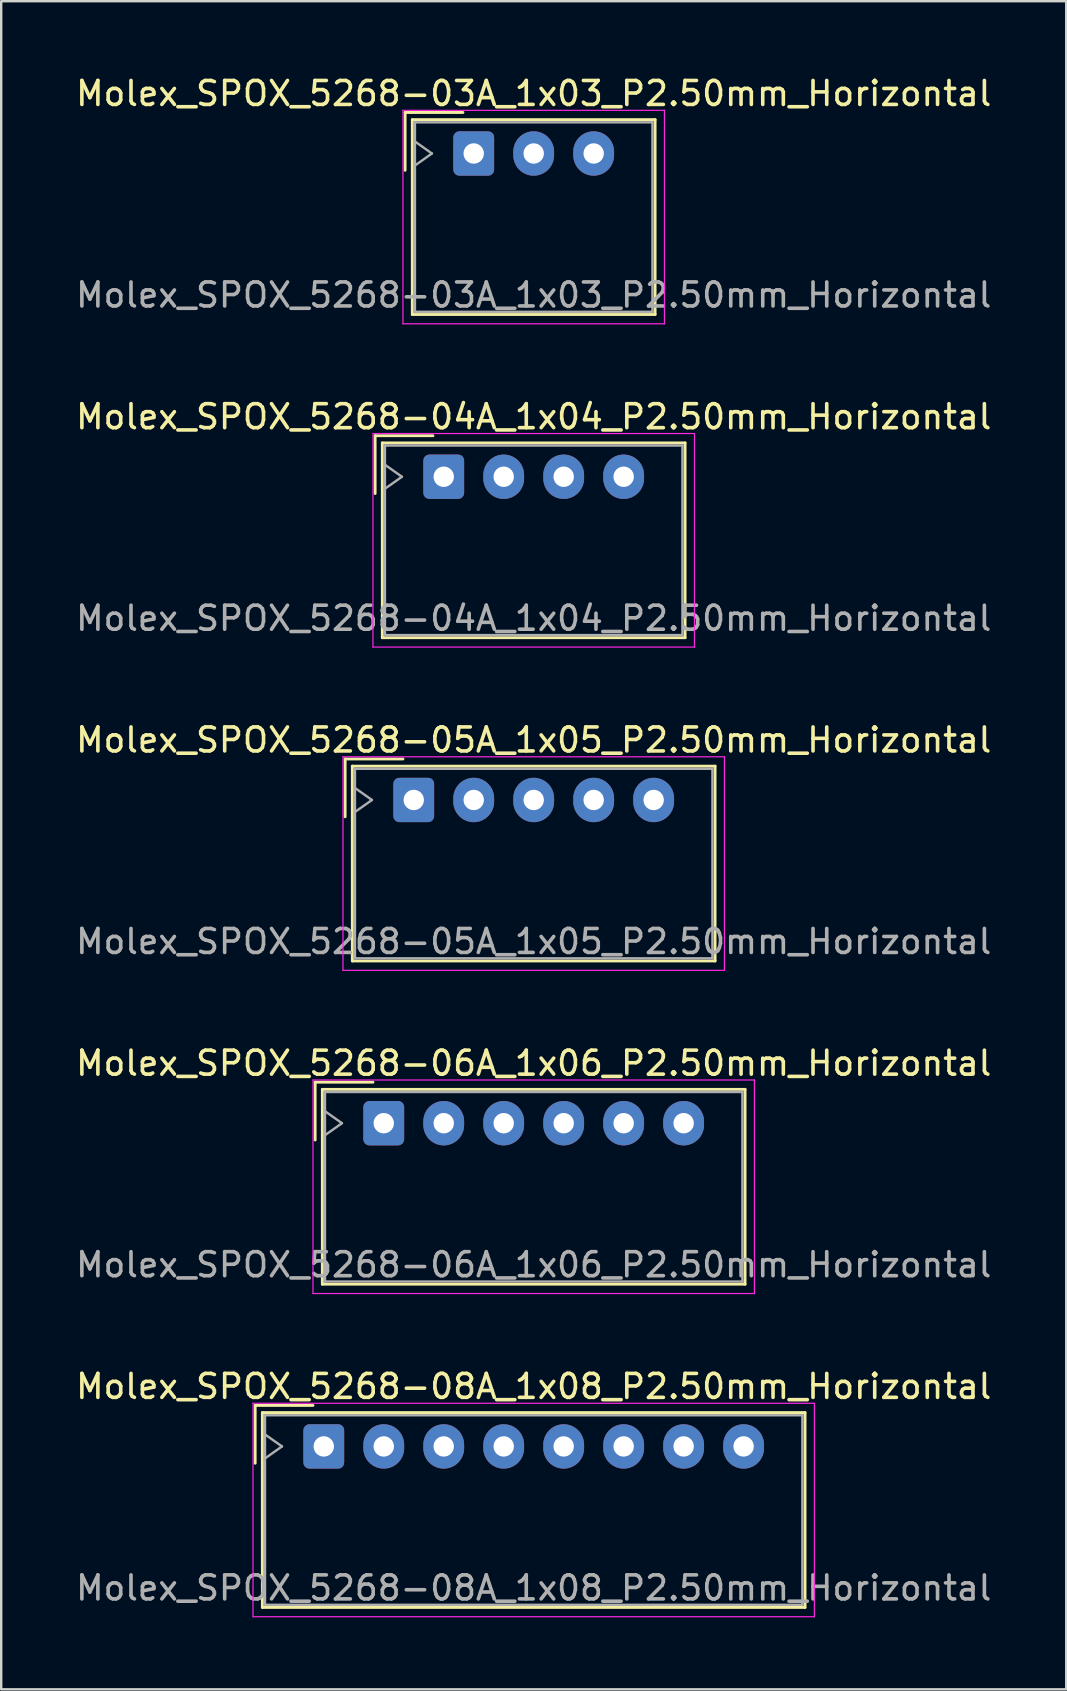
<source format=kicad_pcb>
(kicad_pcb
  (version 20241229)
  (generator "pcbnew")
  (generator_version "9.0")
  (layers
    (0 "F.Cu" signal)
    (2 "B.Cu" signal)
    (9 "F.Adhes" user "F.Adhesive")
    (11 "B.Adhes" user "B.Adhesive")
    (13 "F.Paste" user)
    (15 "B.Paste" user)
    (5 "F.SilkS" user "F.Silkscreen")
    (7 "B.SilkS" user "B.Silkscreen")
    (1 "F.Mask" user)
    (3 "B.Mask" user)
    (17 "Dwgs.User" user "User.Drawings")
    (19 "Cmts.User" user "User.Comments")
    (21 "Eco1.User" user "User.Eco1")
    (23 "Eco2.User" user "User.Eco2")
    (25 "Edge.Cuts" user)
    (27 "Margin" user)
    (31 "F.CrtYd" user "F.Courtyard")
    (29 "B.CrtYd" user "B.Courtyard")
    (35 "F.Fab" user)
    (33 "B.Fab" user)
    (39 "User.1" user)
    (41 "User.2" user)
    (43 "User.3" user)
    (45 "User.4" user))
  (footprint "Molex_SPOX_5268-04A_1x04_P2.50mm_Horizontal"
    (layer "F.Cu")
    (at 15.446 16.822)
    (property "Reference" "Molex_SPOX_5268-04A_1x04_P2.50mm_Horizontal" (at 3.75 -2.5 0) (layer "F.SilkS") (effects (font (size 1 1) (thickness 0.15))))
    (attr through_hole)
    (fp_line (start -2.86 -1.71) (end -0.45 -1.71) (stroke (width 0.12) (type solid)) (layer "F.SilkS"))
    (fp_line (start -2.86 0.7) (end -2.86 -1.71) (stroke (width 0.12) (type solid)) (layer "F.SilkS"))
    (fp_line (start -2.56 -1.41) (end -2.56 6.71) (stroke (width 0.12) (type solid)) (layer "F.SilkS"))
    (fp_line (start -2.56 6.71) (end 10.06 6.71) (stroke (width 0.12) (type solid)) (layer "F.SilkS"))
    (fp_line (start 10.06 -1.41) (end -2.56 -1.41) (stroke (width 0.12) (type solid)) (layer "F.SilkS"))
    (fp_line (start 10.06 6.71) (end 10.06 -1.41) (stroke (width 0.12) (type solid)) (layer "F.SilkS"))
    (fp_line (start -2.95 -1.8) (end -2.95 7.1) (stroke (width 0.05) (type solid)) (layer "F.CrtYd"))
    (fp_line (start -2.95 7.1) (end 10.45 7.1) (stroke (width 0.05) (type solid)) (layer "F.CrtYd"))
    (fp_line (start 10.45 -1.8) (end -2.95 -1.8) (stroke (width 0.05) (type solid)) (layer "F.CrtYd"))
    (fp_line (start 10.45 7.1) (end 10.45 -1.8) (stroke (width 0.05) (type solid)) (layer "F.CrtYd"))
    (fp_line (start -2.45 -1.3) (end -2.45 6.6) (stroke (width 0.1) (type solid)) (layer "F.Fab"))
    (fp_line (start -2.45 0.5) (end -1.743 0) (stroke (width 0.1) (type solid)) (layer "F.Fab"))
    (fp_line (start -2.45 6.6) (end 9.95 6.6) (stroke (width 0.1) (type solid)) (layer "F.Fab"))
    (fp_line (start -1.743 0) (end -2.45 -0.5) (stroke (width 0.1) (type solid)) (layer "F.Fab"))
    (fp_line (start 9.95 -1.3) (end -2.45 -1.3) (stroke (width 0.1) (type solid)) (layer "F.Fab"))
    (fp_line (start 9.95 6.6) (end 9.95 -1.3) (stroke (width 0.1) (type solid)) (layer "F.Fab"))
    (fp_text user "${REFERENCE}" (at 3.75 5.9 0) (layer "F.Fab") (effects (font (size 1 1) (thickness 0.15))))
    (pad "1" thru_hole roundrect (at 0 0) (size 1.7 1.85) (drill 0.85) (layers "*.Cu" "*.Mask") (roundrect_rratio 0.147))
    (pad "2" thru_hole oval (at 2.5 0) (size 1.7 1.85) (drill 0.85) (layers "*.Cu" "*.Mask"))
    (pad "3" thru_hole oval (at 5 0) (size 1.7 1.85) (drill 0.85) (layers "*.Cu" "*.Mask"))
    (pad "4" thru_hole oval (at 7.5 0) (size 1.7 1.85) (drill 0.85) (layers "*.Cu" "*.Mask")))
  (footprint "Molex_SPOX_5268-03A_1x03_P2.50mm_Horizontal"
    (layer "F.Cu")
    (at 16.696 3.348)
    (property "Reference" "Molex_SPOX_5268-03A_1x03_P2.50mm_Horizontal" (at 2.5 -2.5 0) (layer "F.SilkS") (effects (font (size 1 1) (thickness 0.15))))
    (attr through_hole)
    (fp_line (start -2.86 -1.71) (end -0.45 -1.71) (stroke (width 0.12) (type solid)) (layer "F.SilkS"))
    (fp_line (start -2.86 0.7) (end -2.86 -1.71) (stroke (width 0.12) (type solid)) (layer "F.SilkS"))
    (fp_line (start -2.56 -1.41) (end -2.56 6.71) (stroke (width 0.12) (type solid)) (layer "F.SilkS"))
    (fp_line (start -2.56 6.71) (end 7.56 6.71) (stroke (width 0.12) (type solid)) (layer "F.SilkS"))
    (fp_line (start 7.56 -1.41) (end -2.56 -1.41) (stroke (width 0.12) (type solid)) (layer "F.SilkS"))
    (fp_line (start 7.56 6.71) (end 7.56 -1.41) (stroke (width 0.12) (type solid)) (layer "F.SilkS"))
    (fp_line (start -2.95 -1.8) (end -2.95 7.1) (stroke (width 0.05) (type solid)) (layer "F.CrtYd"))
    (fp_line (start -2.95 7.1) (end 7.95 7.1) (stroke (width 0.05) (type solid)) (layer "F.CrtYd"))
    (fp_line (start 7.95 -1.8) (end -2.95 -1.8) (stroke (width 0.05) (type solid)) (layer "F.CrtYd"))
    (fp_line (start 7.95 7.1) (end 7.95 -1.8) (stroke (width 0.05) (type solid)) (layer "F.CrtYd"))
    (fp_line (start -2.45 -1.3) (end -2.45 6.6) (stroke (width 0.1) (type solid)) (layer "F.Fab"))
    (fp_line (start -2.45 0.5) (end -1.743 0) (stroke (width 0.1) (type solid)) (layer "F.Fab"))
    (fp_line (start -2.45 6.6) (end 7.45 6.6) (stroke (width 0.1) (type solid)) (layer "F.Fab"))
    (fp_line (start -1.743 0) (end -2.45 -0.5) (stroke (width 0.1) (type solid)) (layer "F.Fab"))
    (fp_line (start 7.45 -1.3) (end -2.45 -1.3) (stroke (width 0.1) (type solid)) (layer "F.Fab"))
    (fp_line (start 7.45 6.6) (end 7.45 -1.3) (stroke (width 0.1) (type solid)) (layer "F.Fab"))
    (fp_text user "${REFERENCE}" (at 2.5 5.9 0) (layer "F.Fab") (effects (font (size 1 1) (thickness 0.15))))
    (pad "1" thru_hole roundrect (at 0 0) (size 1.7 1.85) (drill 0.85) (layers "*.Cu" "*.Mask") (roundrect_rratio 0.147))
    (pad "2" thru_hole oval (at 2.5 0) (size 1.7 1.85) (drill 0.85) (layers "*.Cu" "*.Mask"))
    (pad "3" thru_hole oval (at 5 0) (size 1.7 1.85) (drill 0.85) (layers "*.Cu" "*.Mask")))
  (footprint "Molex_SPOX_5268-05A_1x05_P2.50mm_Horizontal"
    (layer "F.Cu")
    (at 14.196 30.295)
    (property "Reference" "Molex_SPOX_5268-05A_1x05_P2.50mm_Horizontal" (at 5 -2.5 0) (layer "F.SilkS") (effects (font (size 1 1) (thickness 0.15))))
    (attr through_hole)
    (fp_line (start -2.86 -1.71) (end -0.45 -1.71) (stroke (width 0.12) (type solid)) (layer "F.SilkS"))
    (fp_line (start -2.86 0.7) (end -2.86 -1.71) (stroke (width 0.12) (type solid)) (layer "F.SilkS"))
    (fp_line (start -2.56 -1.41) (end -2.56 6.71) (stroke (width 0.12) (type solid)) (layer "F.SilkS"))
    (fp_line (start -2.56 6.71) (end 12.56 6.71) (stroke (width 0.12) (type solid)) (layer "F.SilkS"))
    (fp_line (start 12.56 -1.41) (end -2.56 -1.41) (stroke (width 0.12) (type solid)) (layer "F.SilkS"))
    (fp_line (start 12.56 6.71) (end 12.56 -1.41) (stroke (width 0.12) (type solid)) (layer "F.SilkS"))
    (fp_line (start -2.95 -1.8) (end -2.95 7.1) (stroke (width 0.05) (type solid)) (layer "F.CrtYd"))
    (fp_line (start -2.95 7.1) (end 12.95 7.1) (stroke (width 0.05) (type solid)) (layer "F.CrtYd"))
    (fp_line (start 12.95 -1.8) (end -2.95 -1.8) (stroke (width 0.05) (type solid)) (layer "F.CrtYd"))
    (fp_line (start 12.95 7.1) (end 12.95 -1.8) (stroke (width 0.05) (type solid)) (layer "F.CrtYd"))
    (fp_line (start -2.45 -1.3) (end -2.45 6.6) (stroke (width 0.1) (type solid)) (layer "F.Fab"))
    (fp_line (start -2.45 0.5) (end -1.743 0) (stroke (width 0.1) (type solid)) (layer "F.Fab"))
    (fp_line (start -2.45 6.6) (end 12.45 6.6) (stroke (width 0.1) (type solid)) (layer "F.Fab"))
    (fp_line (start -1.743 0) (end -2.45 -0.5) (stroke (width 0.1) (type solid)) (layer "F.Fab"))
    (fp_line (start 12.45 -1.3) (end -2.45 -1.3) (stroke (width 0.1) (type solid)) (layer "F.Fab"))
    (fp_line (start 12.45 6.6) (end 12.45 -1.3) (stroke (width 0.1) (type solid)) (layer "F.Fab"))
    (fp_text user "${REFERENCE}" (at 5 5.9 0) (layer "F.Fab") (effects (font (size 1 1) (thickness 0.15))))
    (pad "1" thru_hole roundrect (at 0 0) (size 1.7 1.85) (drill 0.85) (layers "*.Cu" "*.Mask") (roundrect_rratio 0.147))
    (pad "2" thru_hole oval (at 2.5 0) (size 1.7 1.85) (drill 0.85) (layers "*.Cu" "*.Mask"))
    (pad "3" thru_hole oval (at 5 0) (size 1.7 1.85) (drill 0.85) (layers "*.Cu" "*.Mask"))
    (pad "4" thru_hole oval (at 7.5 0) (size 1.7 1.85) (drill 0.85) (layers "*.Cu" "*.Mask"))
    (pad "5" thru_hole oval (at 10 0) (size 1.7 1.85) (drill 0.85) (layers "*.Cu" "*.Mask")))
  (footprint "Molex_SPOX_5268-08A_1x08_P2.50mm_Horizontal"
    (layer "F.Cu")
    (at 10.446 57.241)
    (property "Reference" "Molex_SPOX_5268-08A_1x08_P2.50mm_Horizontal" (at 8.75 -2.5 0) (layer "F.SilkS") (effects (font (size 1 1) (thickness 0.15))))
    (attr through_hole)
    (fp_line (start -2.86 -1.71) (end -0.45 -1.71) (stroke (width 0.12) (type solid)) (layer "F.SilkS"))
    (fp_line (start -2.86 0.7) (end -2.86 -1.71) (stroke (width 0.12) (type solid)) (layer "F.SilkS"))
    (fp_line (start -2.56 -1.41) (end -2.56 6.71) (stroke (width 0.12) (type solid)) (layer "F.SilkS"))
    (fp_line (start -2.56 6.71) (end 20.06 6.71) (stroke (width 0.12) (type solid)) (layer "F.SilkS"))
    (fp_line (start 20.06 -1.41) (end -2.56 -1.41) (stroke (width 0.12) (type solid)) (layer "F.SilkS"))
    (fp_line (start 20.06 6.71) (end 20.06 -1.41) (stroke (width 0.12) (type solid)) (layer "F.SilkS"))
    (fp_line (start -2.95 -1.8) (end -2.95 7.1) (stroke (width 0.05) (type solid)) (layer "F.CrtYd"))
    (fp_line (start -2.95 7.1) (end 20.45 7.1) (stroke (width 0.05) (type solid)) (layer "F.CrtYd"))
    (fp_line (start 20.45 -1.8) (end -2.95 -1.8) (stroke (width 0.05) (type solid)) (layer "F.CrtYd"))
    (fp_line (start 20.45 7.1) (end 20.45 -1.8) (stroke (width 0.05) (type solid)) (layer "F.CrtYd"))
    (fp_line (start -2.45 -1.3) (end -2.45 6.6) (stroke (width 0.1) (type solid)) (layer "F.Fab"))
    (fp_line (start -2.45 0.5) (end -1.743 0) (stroke (width 0.1) (type solid)) (layer "F.Fab"))
    (fp_line (start -2.45 6.6) (end 19.95 6.6) (stroke (width 0.1) (type solid)) (layer "F.Fab"))
    (fp_line (start -1.743 0) (end -2.45 -0.5) (stroke (width 0.1) (type solid)) (layer "F.Fab"))
    (fp_line (start 19.95 -1.3) (end -2.45 -1.3) (stroke (width 0.1) (type solid)) (layer "F.Fab"))
    (fp_line (start 19.95 6.6) (end 19.95 -1.3) (stroke (width 0.1) (type solid)) (layer "F.Fab"))
    (fp_text user "${REFERENCE}" (at 8.75 5.9 0) (layer "F.Fab") (effects (font (size 1 1) (thickness 0.15))))
    (pad "1" thru_hole roundrect (at 0 0) (size 1.7 1.85) (drill 0.85) (layers "*.Cu" "*.Mask") (roundrect_rratio 0.147))
    (pad "2" thru_hole oval (at 2.5 0) (size 1.7 1.85) (drill 0.85) (layers "*.Cu" "*.Mask"))
    (pad "3" thru_hole oval (at 5 0) (size 1.7 1.85) (drill 0.85) (layers "*.Cu" "*.Mask"))
    (pad "4" thru_hole oval (at 7.5 0) (size 1.7 1.85) (drill 0.85) (layers "*.Cu" "*.Mask"))
    (pad "5" thru_hole oval (at 10 0) (size 1.7 1.85) (drill 0.85) (layers "*.Cu" "*.Mask"))
    (pad "6" thru_hole oval (at 12.5 0) (size 1.7 1.85) (drill 0.85) (layers "*.Cu" "*.Mask"))
    (pad "7" thru_hole oval (at 15 0) (size 1.7 1.85) (drill 0.85) (layers "*.Cu" "*.Mask"))
    (pad "8" thru_hole oval (at 17.5 0) (size 1.7 1.85) (drill 0.85) (layers "*.Cu" "*.Mask")))
  (footprint "Molex_SPOX_5268-06A_1x06_P2.50mm_Horizontal"
    (layer "F.Cu")
    (at 12.946 43.768)
    (property "Reference" "Molex_SPOX_5268-06A_1x06_P2.50mm_Horizontal" (at 6.25 -2.5 0) (layer "F.SilkS") (effects (font (size 1 1) (thickness 0.15))))
    (attr through_hole)
    (fp_line (start -2.86 -1.71) (end -0.45 -1.71) (stroke (width 0.12) (type solid)) (layer "F.SilkS"))
    (fp_line (start -2.86 0.7) (end -2.86 -1.71) (stroke (width 0.12) (type solid)) (layer "F.SilkS"))
    (fp_line (start -2.56 -1.41) (end -2.56 6.71) (stroke (width 0.12) (type solid)) (layer "F.SilkS"))
    (fp_line (start -2.56 6.71) (end 15.06 6.71) (stroke (width 0.12) (type solid)) (layer "F.SilkS"))
    (fp_line (start 15.06 -1.41) (end -2.56 -1.41) (stroke (width 0.12) (type solid)) (layer "F.SilkS"))
    (fp_line (start 15.06 6.71) (end 15.06 -1.41) (stroke (width 0.12) (type solid)) (layer "F.SilkS"))
    (fp_line (start -2.95 -1.8) (end -2.95 7.1) (stroke (width 0.05) (type solid)) (layer "F.CrtYd"))
    (fp_line (start -2.95 7.1) (end 15.45 7.1) (stroke (width 0.05) (type solid)) (layer "F.CrtYd"))
    (fp_line (start 15.45 -1.8) (end -2.95 -1.8) (stroke (width 0.05) (type solid)) (layer "F.CrtYd"))
    (fp_line (start 15.45 7.1) (end 15.45 -1.8) (stroke (width 0.05) (type solid)) (layer "F.CrtYd"))
    (fp_line (start -2.45 -1.3) (end -2.45 6.6) (stroke (width 0.1) (type solid)) (layer "F.Fab"))
    (fp_line (start -2.45 0.5) (end -1.743 0) (stroke (width 0.1) (type solid)) (layer "F.Fab"))
    (fp_line (start -2.45 6.6) (end 14.95 6.6) (stroke (width 0.1) (type solid)) (layer "F.Fab"))
    (fp_line (start -1.743 0) (end -2.45 -0.5) (stroke (width 0.1) (type solid)) (layer "F.Fab"))
    (fp_line (start 14.95 -1.3) (end -2.45 -1.3) (stroke (width 0.1) (type solid)) (layer "F.Fab"))
    (fp_line (start 14.95 6.6) (end 14.95 -1.3) (stroke (width 0.1) (type solid)) (layer "F.Fab"))
    (fp_text user "${REFERENCE}" (at 6.25 5.9 0) (layer "F.Fab") (effects (font (size 1 1) (thickness 0.15))))
    (pad "1" thru_hole roundrect (at 0 0) (size 1.7 1.85) (drill 0.85) (layers "*.Cu" "*.Mask") (roundrect_rratio 0.147))
    (pad "2" thru_hole oval (at 2.5 0) (size 1.7 1.85) (drill 0.85) (layers "*.Cu" "*.Mask"))
    (pad "3" thru_hole oval (at 5 0) (size 1.7 1.85) (drill 0.85) (layers "*.Cu" "*.Mask"))
    (pad "4" thru_hole oval (at 7.5 0) (size 1.7 1.85) (drill 0.85) (layers "*.Cu" "*.Mask"))
    (pad "5" thru_hole oval (at 10 0) (size 1.7 1.85) (drill 0.85) (layers "*.Cu" "*.Mask"))
    (pad "6" thru_hole oval (at 12.5 0) (size 1.7 1.85) (drill 0.85) (layers "*.Cu" "*.Mask")))
  (gr_rect
    (start -3 -3)
    (end 41.393 67.366)
    (stroke (width 0.1) (type default))
    (fill no)
    (layer "Edge.Cuts")))
</source>
